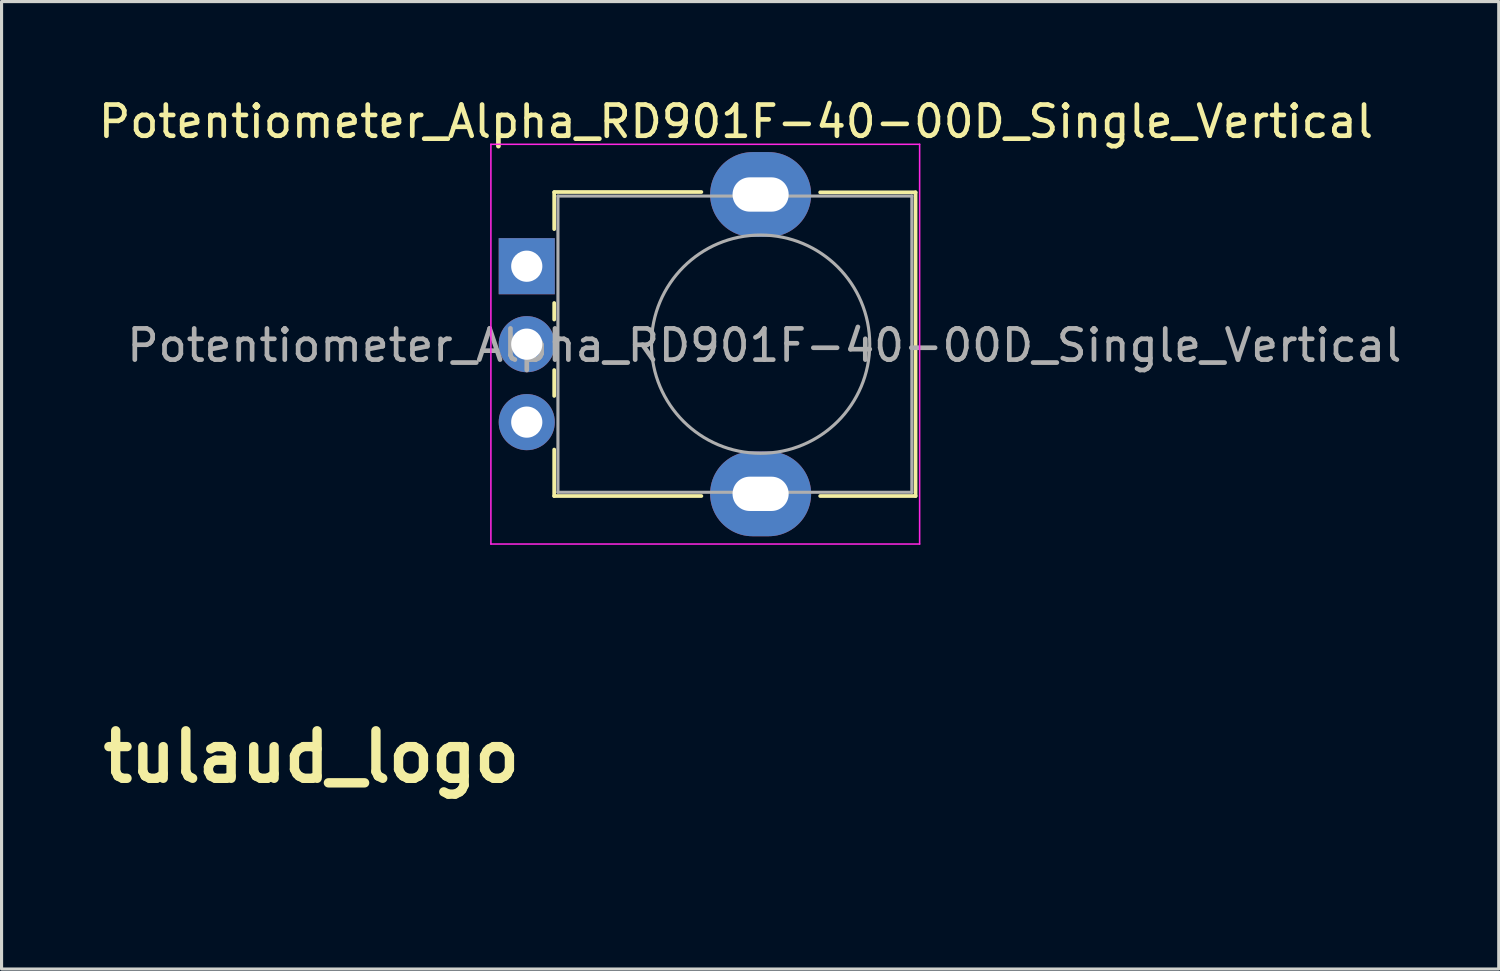
<source format=kicad_pcb>
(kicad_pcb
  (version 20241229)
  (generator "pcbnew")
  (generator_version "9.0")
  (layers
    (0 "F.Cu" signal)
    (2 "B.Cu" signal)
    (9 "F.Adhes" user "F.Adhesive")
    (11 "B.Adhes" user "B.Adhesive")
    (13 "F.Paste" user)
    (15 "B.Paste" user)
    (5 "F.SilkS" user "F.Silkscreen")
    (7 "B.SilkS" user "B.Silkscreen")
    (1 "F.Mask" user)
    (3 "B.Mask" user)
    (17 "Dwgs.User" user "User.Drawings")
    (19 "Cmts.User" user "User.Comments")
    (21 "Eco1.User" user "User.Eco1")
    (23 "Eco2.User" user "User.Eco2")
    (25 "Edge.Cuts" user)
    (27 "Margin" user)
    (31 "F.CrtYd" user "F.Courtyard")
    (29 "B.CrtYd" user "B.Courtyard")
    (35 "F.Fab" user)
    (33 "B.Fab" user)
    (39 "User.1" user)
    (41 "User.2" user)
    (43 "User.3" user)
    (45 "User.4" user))
  (footprint "Potentiometer_Alpha_RD901F-40-00D_Single_Vertical"
    (layer "F.Cu")
    (at 13.844 5.488)
    (property "Reference" "Potentiometer_Alpha_RD901F-40-00D_Single_Vertical" (at 6.71 -4.64 180) (layer "F.SilkS") (effects (font (size 1 1) (thickness 0.15))))
    (attr through_hole)
    (fp_line (start 0.88 -2.38) (end 5.6 -2.38) (stroke (width 0.12) (type solid)) (layer "F.SilkS"))
    (fp_line (start 0.88 -1.19) (end 0.88 -2.37) (stroke (width 0.12) (type solid)) (layer "F.SilkS"))
    (fp_line (start 0.88 1.71) (end 0.88 1.18) (stroke (width 0.12) (type solid)) (layer "F.SilkS"))
    (fp_line (start 0.88 4.16) (end 0.88 3.33) (stroke (width 0.12) (type solid)) (layer "F.SilkS"))
    (fp_line (start 0.88 7.37) (end 0.88 5.88) (stroke (width 0.12) (type solid)) (layer "F.SilkS"))
    (fp_line (start 0.88 7.37) (end 5.6 7.37) (stroke (width 0.12) (type solid)) (layer "F.SilkS"))
    (fp_line (start 9.41 -2.37) (end 12.47 -2.37) (stroke (width 0.12) (type solid)) (layer "F.SilkS"))
    (fp_line (start 9.41 7.37) (end 12.47 7.37) (stroke (width 0.12) (type solid)) (layer "F.SilkS"))
    (fp_line (start 12.47 7.37) (end 12.47 -2.37) (stroke (width 0.12) (type solid)) (layer "F.SilkS"))
    (fp_line (start -1.15 -3.91) (end -1.15 8.91) (stroke (width 0.05) (type solid)) (layer "F.CrtYd"))
    (fp_line (start -1.15 8.91) (end 12.6 8.91) (stroke (width 0.05) (type solid)) (layer "F.CrtYd"))
    (fp_line (start 12.6 -3.91) (end -1.15 -3.91) (stroke (width 0.05) (type solid)) (layer "F.CrtYd"))
    (fp_line (start 12.6 8.91) (end 12.6 -3.91) (stroke (width 0.05) (type solid)) (layer "F.CrtYd"))
    (fp_line (start 1 -2.25) (end 12.35 -2.25) (stroke (width 0.1) (type solid)) (layer "F.Fab"))
    (fp_line (start 1 7.25) (end 1 -2.25) (stroke (width 0.1) (type solid)) (layer "F.Fab"))
    (fp_line (start 1 7.25) (end 12.35 7.25) (stroke (width 0.1) (type solid)) (layer "F.Fab"))
    (fp_line (start 12.35 7.25) (end 12.35 -2.25) (stroke (width 0.1) (type solid)) (layer "F.Fab"))
    (fp_circle (center 7.5 2.5) (end 7.5 -1) (stroke (width 0.1) (type solid)) (fill no) (layer "F.Fab"))
    (fp_text user "${REFERENCE}" (at 7.62 2.54 0) (layer "F.Fab") (effects (font (size 1 1) (thickness 0.15))))
    (pad "1" thru_hole rect (at 0 0 90) (size 1.8 1.8) (drill 1) (layers "*.Cu" "*.Mask"))
    (pad "2" thru_hole circle (at 0 2.5 90) (size 1.8 1.8) (drill 1) (layers "*.Cu" "*.Mask"))
    (pad "3" thru_hole circle (at 0 5 90) (size 1.8 1.8) (drill 1) (layers "*.Cu" "*.Mask"))
    (pad "MP" thru_hole oval (at 7.5 -2.3 90) (size 2.72 3.24) (drill oval 1.1 1.8) (layers "*.Cu" "*.Mask"))
    (pad "MP" thru_hole oval (at 7.5 7.3 90) (size 2.72 3.24) (drill oval 1.1 1.8) (layers "*.Cu" "*.Mask")))
  (footprint "tulaud_logo"
    (layer "F.Cu")
    (at 6.938 21.222)
    (property "Reference" "tulaud_logo" (at 0 0 0) (layer "F.SilkS") (effects (font (size 1.524 1.524) (thickness 0.3))))
    (attr through_hole)
    (fp_poly (pts (xy 0.185 -3.793) (xy 0.332 -3.789) (xy 0.453 -3.782) (xy 0.561 -3.769) (xy 0.666 -3.752) (xy 0.737 -3.737) (xy 1.171 -3.62) (xy 1.581 -3.459) (xy 1.965 -3.258) (xy 2.32 -3.017) (xy 2.644 -2.738) (xy 2.935 -2.424) (xy 3.189 -2.076) (xy 3.378 -1.749) (xy 3.518 -1.451) (xy 3.627 -1.155) (xy 3.714 -0.84) (xy 3.737 -0.737) (xy 3.77 -0.53) (xy 3.791 -0.289) (xy 3.799 -0.031) (xy 3.794 0.228) (xy 3.776 0.474) (xy 3.746 0.691) (xy 3.737 0.737) (xy 3.619 1.173) (xy 3.458 1.584) (xy 3.257 1.968) (xy 3.017 2.322) (xy 2.741 2.643) (xy 2.432 2.931) (xy 2.09 3.183) (xy 1.719 3.397) (xy 1.321 3.569) (xy 0.897 3.7) (xy 0.749 3.733) (xy 0.599 3.758) (xy 0.416 3.778) (xy 0.215 3.792) (xy 0.009 3.8) (xy -0.186 3.801) (xy -0.356 3.794) (xy -0.457 3.784) (xy -0.9 3.699) (xy -1.321 3.569) (xy -1.717 3.396) (xy -2.087 3.183) (xy -2.428 2.932) (xy -2.738 2.645) (xy -3.014 2.324) (xy -3.254 1.971) (xy -3.382 1.728) (xy -2.52 1.728) (xy -2.424 1.848) (xy -2.159 2.144) (xy -1.863 2.403) (xy -1.542 2.621) (xy -1.201 2.798) (xy -0.842 2.929) (xy -0.488 3.01) (xy -0.326 3.028) (xy -0.133 3.037) (xy 0.075 3.036) (xy 0.281 3.027) (xy 0.469 3.009) (xy 0.61 2.986) (xy 0.928 2.899) (xy 1.242 2.778) (xy 1.537 2.629) (xy 1.786 2.469) (xy 1.887 2.39) (xy 1.996 2.295) (xy 2.106 2.193) (xy 2.213 2.087) (xy 2.309 1.985) (xy 2.39 1.893) (xy 2.449 1.816) (xy 2.481 1.762) (xy 2.482 1.737) (xy 2.454 1.734) (xy 2.382 1.73) (xy 2.271 1.726) (xy 2.129 1.723) (xy 1.962 1.721) (xy 1.776 1.719) (xy 1.71 1.719) (xy 0.953 1.714) (xy 0.946 0.381) (xy 0.939 -0.953) (xy -0.001 -0.947) (xy -0.941 -0.941) (xy -0.953 1.714) (xy -2.52 1.728) (xy -3.382 1.728) (xy -3.456 1.588) (xy -3.617 1.178) (xy -3.736 0.743) (xy -3.737 0.737) (xy -3.77 0.53) (xy -3.791 0.289) (xy -3.796 0.131) (xy -3.042 0.131) (xy -3.041 0.15) (xy -3.028 0.313) (xy -3.006 0.482) (xy -2.98 0.643) (xy -2.949 0.782) (xy -2.92 0.879) (xy -2.897 0.94) (xy -1.728 0.94) (xy -1.714 -1.714) (xy 1.714 -1.714) (xy 1.721 -0.381) (xy 1.728 0.953) (xy 2.906 0.927) (xy 2.94 0.813) (xy 2.996 0.56) (xy 3.031 0.278) (xy 3.042 -0.016) (xy 3.03 -0.307) (xy 2.994 -0.578) (xy 2.972 -0.685) (xy 2.854 -1.063) (xy 2.693 -1.419) (xy 2.492 -1.748) (xy 2.251 -2.048) (xy 1.976 -2.316) (xy 1.667 -2.547) (xy 1.4 -2.702) (xy 1.045 -2.858) (xy 0.682 -2.967) (xy 0.314 -3.029) (xy -0.053 -3.045) (xy -0.416 -3.017) (xy -0.772 -2.946) (xy -1.116 -2.834) (xy -1.445 -2.681) (xy -1.754 -2.489) (xy -2.041 -2.259) (xy -2.3 -1.993) (xy -2.528 -1.692) (xy -2.721 -1.357) (xy -2.731 -1.337) (xy -2.882 -0.976) (xy -2.984 -0.614) (xy -3.037 -0.247) (xy -3.042 0.131) (xy -3.796 0.131) (xy -3.799 0.032) (xy -3.794 -0.228) (xy -3.776 -0.474) (xy -3.746 -0.69) (xy -3.737 -0.737) (xy -3.68 -0.976) (xy -3.617 -1.188) (xy -3.539 -1.395) (xy -3.44 -1.616) (xy -3.405 -1.689) (xy -3.203 -2.048) (xy -2.962 -2.386) (xy -2.687 -2.696) (xy -2.385 -2.97) (xy -2.221 -3.095) (xy -2.056 -3.202) (xy -1.86 -3.314) (xy -1.649 -3.423) (xy -1.439 -3.52) (xy -1.247 -3.597) (xy -1.19 -3.617) (xy -0.97 -3.684) (xy -0.767 -3.733) (xy -0.565 -3.766) (xy -0.35 -3.785) (xy -0.106 -3.794) (xy 0 -3.794) (xy 0.185 -3.793)) (stroke (width 0.01) (type solid)) (fill no) (layer "Eco2.User")))
  (gr_rect
    (start -3 -3)
    (end 45.017 28.028)
    (stroke (width 0.1) (type default))
    (fill no)
    (layer "Edge.Cuts")))
</source>
